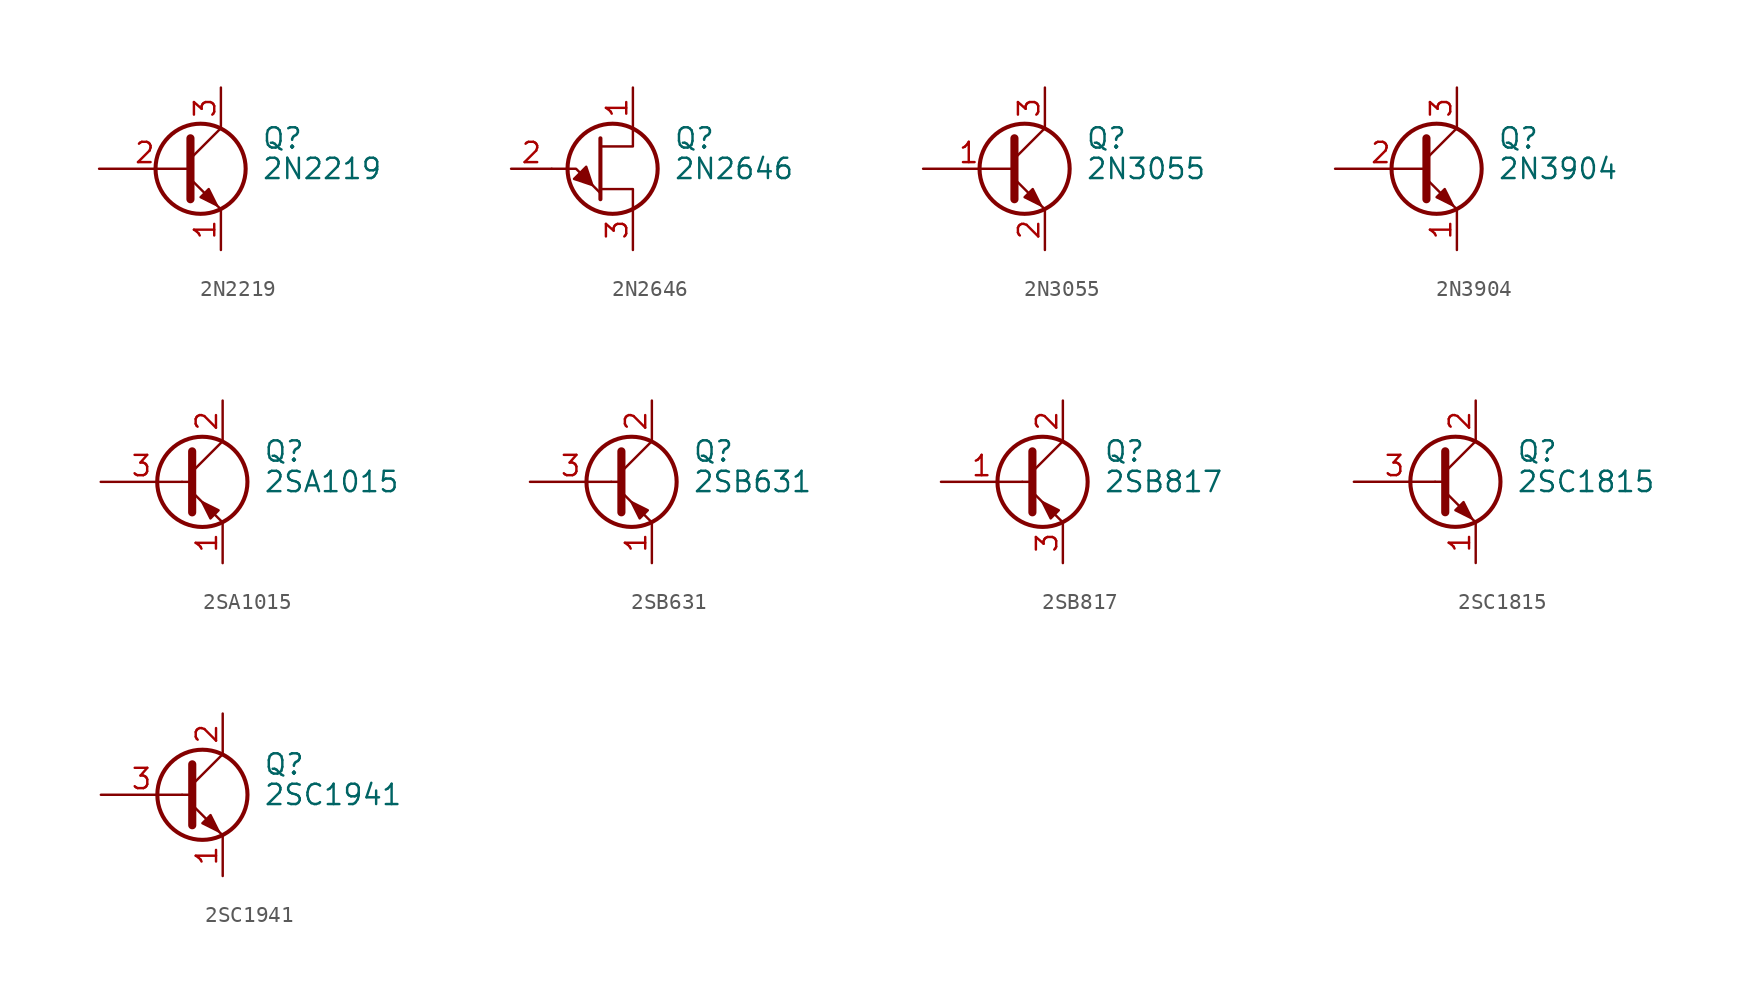
<source format=kicad_sym>
(kicad_symbol_lib
  (version 20201005)
  (generator kicad_symbol_editor)
  (symbol "Transistor_BJT:2N2219"
    (pin_names
      (offset 0) hide)
    (property "Reference" "Q"
      (at 5.08 1.905 0)
      (effects (font (size 1.27 1.27)) (justify left)))
    (property "Value" "2N2219"
      (at 5.08 0 0)
      (effects (font (size 1.27 1.27)) (justify left)))
    (symbol "2N2219_0_1"
      (circle (center 1.27 0) (radius 2.819) (stroke (width 0.254)) (fill (type none)))
      (polyline (pts (xy 0.635 0.635) (xy 2.54 2.54)) (stroke (width 0)) (fill (type none)))
      (polyline (pts (xy 0.635 -0.635) (xy 2.54 -2.54) (xy 2.54 -2.54)) (stroke (width 0)) (fill (type none)))
      (polyline (pts (xy 0.635 1.905) (xy 0.635 -1.905) (xy 0.635 -1.905)) (stroke (width 0.508)) (fill (type none)))
      (polyline (pts (xy 1.27 -1.778) (xy 1.778 -1.27) (xy 2.286 -2.286) (xy 1.27 -1.778) (xy 1.27 -1.778)) (stroke (width 0)) (fill (type outline))))
    (symbol "2N2219_1_1"
      (pin passive line (at 2.54 -5.08 90) (length 2.54) (name "E" (effects (font (size 1.27 1.27)))) (number "1" (effects (font (size 1.27 1.27)))))
      (pin passive line (at -5.08 0 0) (length 5.715) (name "B" (effects (font (size 1.27 1.27)))) (number "2" (effects (font (size 1.27 1.27)))))
      (pin passive line (at 2.54 5.08 270) (length 2.54) (name "C" (effects (font (size 1.27 1.27)))) (number "3" (effects (font (size 1.27 1.27)))))))
  (symbol "Transistor_BJT:2N2646"
    (pin_names
      (offset 0) hide)
    (property "Reference" "Q"
      (at 5.08 1.905 0)
      (effects (font (size 1.27 1.27)) (justify left)))
    (property "Value" "2N2646"
      (at 5.08 0 0)
      (effects (font (size 1.27 1.27)) (justify left)))
    (symbol "2N2646_0_1"
      (circle (center 1.27 0) (radius 2.819) (stroke (width 0.254)) (fill (type none)))
      (polyline (pts (xy -2.54 0) (xy -1.016 0) (xy 0.508 -1.524)) (stroke (width 0)) (fill (type none)))
      (polyline (pts (xy 0.508 1.905) (xy 0.508 -1.905) (xy 0.508 -1.905)) (stroke (width 0.254)) (fill (type none)))
      (polyline (pts (xy 2.54 -2.54) (xy 2.54 -1.27) (xy 0.508 -1.27)) (stroke (width 0)) (fill (type none)))
      (polyline (pts (xy 2.54 2.54) (xy 2.54 1.397) (xy 0.508 1.397)) (stroke (width 0)) (fill (type none)))
      (polyline (pts (xy 0 -1.016) (xy -0.381 0.127) (xy -1.143 -0.635) (xy 0 -1.016)) (stroke (width 0)) (fill (type outline))))
    (symbol "2N2646_1_1"
      (pin passive line (at 2.54 5.08 270) (length 2.54) (name "B2" (effects (font (size 1.27 1.27)))) (number "1" (effects (font (size 1.27 1.27)))))
      (pin input line (at -5.08 0 0) (length 2.54) (name "E" (effects (font (size 1.27 1.27)))) (number "2" (effects (font (size 1.27 1.27)))))
      (pin passive line (at 2.54 -5.08 90) (length 2.54) (name "B1" (effects (font (size 1.27 1.27)))) (number "3" (effects (font (size 1.27 1.27)))))))
  (symbol "Transistor_BJT:2N3055"
    (pin_names
      (offset 0) hide)
    (property "Reference" "Q"
      (at 5.08 1.905 0)
      (effects (font (size 1.27 1.27)) (justify left)))
    (property "Value" "2N3055"
      (at 5.08 0 0)
      (effects (font (size 1.27 1.27)) (justify left)))
    (symbol "2N3055_0_1"
      (circle (center 1.27 0) (radius 2.819) (stroke (width 0.254)) (fill (type none)))
      (polyline (pts (xy 0.635 0.635) (xy 2.54 2.54)) (stroke (width 0)) (fill (type none)))
      (polyline (pts (xy 0.635 -0.635) (xy 2.54 -2.54) (xy 2.54 -2.54)) (stroke (width 0)) (fill (type none)))
      (polyline (pts (xy 0.635 1.905) (xy 0.635 -1.905) (xy 0.635 -1.905)) (stroke (width 0.508)) (fill (type none)))
      (polyline (pts (xy 1.27 -1.778) (xy 1.778 -1.27) (xy 2.286 -2.286) (xy 1.27 -1.778) (xy 1.27 -1.778)) (stroke (width 0)) (fill (type outline))))
    (symbol "2N3055_1_1"
      (pin input line (at -5.08 0 0) (length 5.715) (name "B" (effects (font (size 1.27 1.27)))) (number "1" (effects (font (size 1.27 1.27)))))
      (pin passive line (at 2.54 -5.08 90) (length 2.54) (name "E" (effects (font (size 1.27 1.27)))) (number "2" (effects (font (size 1.27 1.27)))))
      (pin passive line (at 2.54 5.08 270) (length 2.54) (name "C" (effects (font (size 1.27 1.27)))) (number "3" (effects (font (size 1.27 1.27)))))))
  (symbol "Transistor_BJT:2N3904"
    (pin_names
      (offset 0) hide)
    (property "Reference" "Q"
      (at 5.08 1.905 0)
      (effects (font (size 1.27 1.27)) (justify left)))
    (property "Value" "2N3904"
      (at 5.08 0 0)
      (effects (font (size 1.27 1.27)) (justify left)))
    (symbol "2N3904_0_1"
      (circle (center 1.27 0) (radius 2.819) (stroke (width 0.254)) (fill (type none)))
      (polyline (pts (xy 0.635 0.635) (xy 2.54 2.54)) (stroke (width 0)) (fill (type none)))
      (polyline (pts (xy 0.635 -0.635) (xy 2.54 -2.54) (xy 2.54 -2.54)) (stroke (width 0)) (fill (type none)))
      (polyline (pts (xy 0.635 1.905) (xy 0.635 -1.905) (xy 0.635 -1.905)) (stroke (width 0.508)) (fill (type none)))
      (polyline (pts (xy 1.27 -1.778) (xy 1.778 -1.27) (xy 2.286 -2.286) (xy 1.27 -1.778) (xy 1.27 -1.778)) (stroke (width 0)) (fill (type outline))))
    (symbol "2N3904_1_1"
      (pin passive line (at 2.54 -5.08 90) (length 2.54) (name "E" (effects (font (size 1.27 1.27)))) (number "1" (effects (font (size 1.27 1.27)))))
      (pin passive line (at -5.08 0 0) (length 5.715) (name "B" (effects (font (size 1.27 1.27)))) (number "2" (effects (font (size 1.27 1.27)))))
      (pin passive line (at 2.54 5.08 270) (length 2.54) (name "C" (effects (font (size 1.27 1.27)))) (number "3" (effects (font (size 1.27 1.27)))))))
  (symbol "Transistor_BJT:2SA1015"
    (pin_names
      (offset 0) hide)
    (property "Reference" "Q"
      (at 5.08 1.905 0)
      (effects (font (size 1.27 1.27)) (justify left)))
    (property "Value" "2SA1015"
      (at 5.08 0 0)
      (effects (font (size 1.27 1.27)) (justify left)))
    (symbol "2SA1015_0_1"
      (circle (center 1.27 0) (radius 2.819) (stroke (width 0.254)) (fill (type none)))
      (polyline (pts (xy 0 0) (xy 0.635 0)) (stroke (width 0)) (fill (type none)))
      (polyline (pts (xy 2.54 -2.54) (xy 0.635 -0.635)) (stroke (width 0)) (fill (type none)))
      (polyline (pts (xy 2.54 2.54) (xy 0.635 0.635)) (stroke (width 0)) (fill (type none)))
      (polyline (pts (xy 0.635 1.905) (xy 0.635 -1.905) (xy 0.635 -1.905)) (stroke (width 0.508)) (fill (type outline)))
      (polyline (pts (xy 1.778 -2.286) (xy 2.286 -1.778) (xy 1.27 -1.27) (xy 1.778 -2.286) (xy 1.778 -2.286)) (stroke (width 0)) (fill (type outline))))
    (symbol "2SA1015_1_1"
      (pin passive line (at 2.54 -5.08 90) (length 2.54) (name "E" (effects (font (size 1.27 1.27)))) (number "1" (effects (font (size 1.27 1.27)))))
      (pin passive line (at 2.54 5.08 270) (length 2.54) (name "C" (effects (font (size 1.27 1.27)))) (number "2" (effects (font (size 1.27 1.27)))))
      (pin input line (at -5.08 0 0) (length 5.08) (name "B" (effects (font (size 1.27 1.27)))) (number "3" (effects (font (size 1.27 1.27)))))))
  (symbol "Transistor_BJT:2SB631"
    (pin_names
      (offset 0) hide)
    (property "Reference" "Q"
      (at 5.08 1.905 0)
      (effects (font (size 1.27 1.27)) (justify left)))
    (property "Value" "2SB631"
      (at 5.08 0 0)
      (effects (font (size 1.27 1.27)) (justify left)))
    (symbol "2SB631_0_1"
      (circle (center 1.27 0) (radius 2.819) (stroke (width 0.254)) (fill (type none)))
      (polyline (pts (xy 0 0) (xy 0.635 0)) (stroke (width 0)) (fill (type none)))
      (polyline (pts (xy 2.54 -2.54) (xy 0.635 -0.635)) (stroke (width 0)) (fill (type none)))
      (polyline (pts (xy 2.54 2.54) (xy 0.635 0.635)) (stroke (width 0)) (fill (type none)))
      (polyline (pts (xy 0.635 1.905) (xy 0.635 -1.905) (xy 0.635 -1.905)) (stroke (width 0.508)) (fill (type outline)))
      (polyline (pts (xy 1.778 -2.286) (xy 2.286 -1.778) (xy 1.27 -1.27) (xy 1.778 -2.286) (xy 1.778 -2.286)) (stroke (width 0)) (fill (type outline))))
    (symbol "2SB631_1_1"
      (pin passive line (at 2.54 -5.08 90) (length 2.54) (name "E" (effects (font (size 1.27 1.27)))) (number "1" (effects (font (size 1.27 1.27)))))
      (pin passive line (at 2.54 5.08 270) (length 2.54) (name "C" (effects (font (size 1.27 1.27)))) (number "2" (effects (font (size 1.27 1.27)))))
      (pin input line (at -5.08 0 0) (length 5.08) (name "B" (effects (font (size 1.27 1.27)))) (number "3" (effects (font (size 1.27 1.27)))))))
  (symbol "Transistor_BJT:2SB817"
    (pin_names
      (offset 0) hide)
    (property "Reference" "Q"
      (at 5.08 1.905 0)
      (effects (font (size 1.27 1.27)) (justify left)))
    (property "Value" "2SB817"
      (at 5.08 0 0)
      (effects (font (size 1.27 1.27)) (justify left)))
    (symbol "2SB817_0_1"
      (circle (center 1.27 0) (radius 2.819) (stroke (width 0.254)) (fill (type none)))
      (polyline (pts (xy 0 0) (xy 0.635 0)) (stroke (width 0)) (fill (type none)))
      (polyline (pts (xy 2.54 2.54) (xy 0.635 0.635)) (stroke (width 0)) (fill (type none)))
      (polyline (pts (xy 0.635 -0.635) (xy 2.54 -2.54) (xy 2.54 -2.54)) (stroke (width 0)) (fill (type none)))
      (polyline (pts (xy 0.635 1.905) (xy 0.635 -1.905) (xy 0.635 -1.905)) (stroke (width 0.508)) (fill (type none)))
      (polyline (pts (xy 1.778 -2.286) (xy 2.286 -1.778) (xy 1.27 -1.27) (xy 1.778 -2.286) (xy 1.778 -2.286)) (stroke (width 0)) (fill (type outline))))
    (symbol "2SB817_1_1"
      (pin input line (at -5.08 0 0) (length 5.08) (name "B" (effects (font (size 1.27 1.27)))) (number "1" (effects (font (size 1.27 1.27)))))
      (pin passive line (at 2.54 5.08 270) (length 2.54) (name "C" (effects (font (size 1.27 1.27)))) (number "2" (effects (font (size 1.27 1.27)))))
      (pin passive line (at 2.54 -5.08 90) (length 2.54) (name "E" (effects (font (size 1.27 1.27)))) (number "3" (effects (font (size 1.27 1.27)))))))
  (symbol "Transistor_BJT:2SC1815"
    (pin_names
      (offset 0) hide)
    (property "Reference" "Q"
      (at 5.08 1.905 0)
      (effects (font (size 1.27 1.27)) (justify left)))
    (property "Value" "2SC1815"
      (at 5.08 0 0)
      (effects (font (size 1.27 1.27)) (justify left)))
    (symbol "2SC1815_0_1"
      (circle (center 1.27 0) (radius 2.819) (stroke (width 0.254)) (fill (type none)))
      (polyline (pts (xy 0 0) (xy 0.508 0)) (stroke (width 0)) (fill (type none)))
      (polyline (pts (xy 0.635 0.635) (xy 2.54 2.54)) (stroke (width 0)) (fill (type none)))
      (polyline (pts (xy 0.635 -0.635) (xy 2.54 -2.54) (xy 2.54 -2.54)) (stroke (width 0)) (fill (type none)))
      (polyline (pts (xy 0.635 1.905) (xy 0.635 -1.905) (xy 0.635 -1.905)) (stroke (width 0.508)) (fill (type none)))
      (polyline (pts (xy 1.27 -1.778) (xy 1.778 -1.27) (xy 2.286 -2.286) (xy 1.27 -1.778) (xy 1.27 -1.778)) (stroke (width 0)) (fill (type outline))))
    (symbol "2SC1815_1_1"
      (pin passive line (at 2.54 -5.08 90) (length 2.54) (name "E" (effects (font (size 1.27 1.27)))) (number "1" (effects (font (size 1.27 1.27)))))
      (pin passive line (at 2.54 5.08 270) (length 2.54) (name "C" (effects (font (size 1.27 1.27)))) (number "2" (effects (font (size 1.27 1.27)))))
      (pin input line (at -5.08 0 0) (length 5.08) (name "B" (effects (font (size 1.27 1.27)))) (number "3" (effects (font (size 1.27 1.27)))))))
  (symbol "Transistor_BJT:2SC1941"
    (pin_names
      (offset 0) hide)
    (property "Reference" "Q"
      (at 5.08 1.905 0)
      (effects (font (size 1.27 1.27)) (justify left)))
    (property "Value" "2SC1941"
      (at 5.08 0 0)
      (effects (font (size 1.27 1.27)) (justify left)))
    (symbol "2SC1941_0_1"
      (circle (center 1.27 0) (radius 2.819) (stroke (width 0.254)) (fill (type none)))
      (polyline (pts (xy 0 0) (xy 0.635 0)) (stroke (width 0)) (fill (type none)))
      (polyline (pts (xy 0.635 0.635) (xy 2.54 2.54)) (stroke (width 0)) (fill (type none)))
      (polyline (pts (xy 0.635 -0.635) (xy 2.54 -2.54) (xy 2.54 -2.54)) (stroke (width 0)) (fill (type none)))
      (polyline (pts (xy 0.635 1.905) (xy 0.635 -1.905) (xy 0.635 -1.905)) (stroke (width 0.508)) (fill (type none)))
      (polyline (pts (xy 1.27 -1.778) (xy 1.778 -1.27) (xy 2.286 -2.286) (xy 1.27 -1.778) (xy 1.27 -1.778)) (stroke (width 0)) (fill (type outline))))
    (symbol "2SC1941_1_1"
      (pin passive line (at 2.54 -5.08 90) (length 2.54) (name "E" (effects (font (size 1.27 1.27)))) (number "1" (effects (font (size 1.27 1.27)))))
      (pin passive line (at 2.54 5.08 270) (length 2.54) (name "C" (effects (font (size 1.27 1.27)))) (number "2" (effects (font (size 1.27 1.27)))))
      (pin input line (at -5.08 0 0) (length 5.08) (name "B" (effects (font (size 1.27 1.27)))) (number "3" (effects (font (size 1.27 1.27))))))))
</source>
